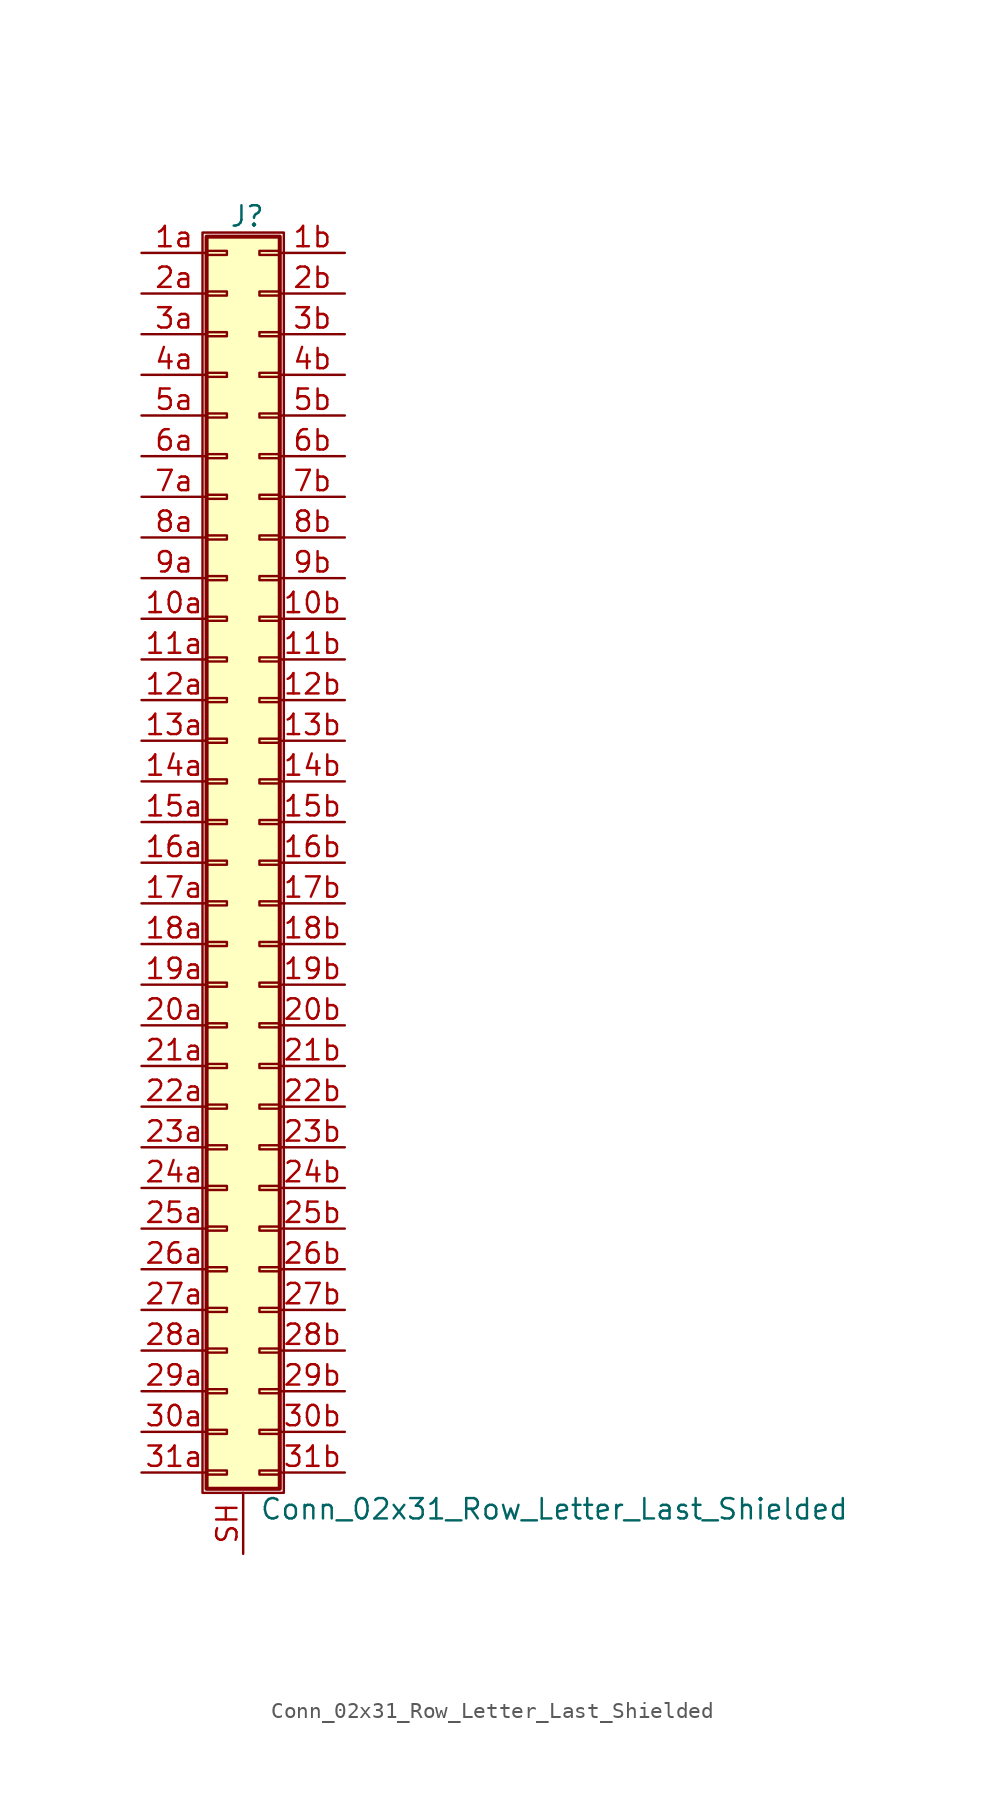
<source format=kicad_sym>
(kicad_symbol_lib
  (version 20220914)
  (generator kicad_symbol_editor)
  (symbol "Conn_02x31_Row_Letter_Last_Shielded"
    (pin_names
      (offset 1.016) hide)
    (property "Reference" "J"
      (at 1.524 40.386 0)
      (effects (font (size 1.27 1.27))))
    (property "Value" "Conn_02x31_Row_Letter_Last_Shielded"
      (at 2.286 -40.386 0)
      (effects (font (size 1.27 1.27)) (justify left)))
    (symbol "Conn_02x31_Row_Letter_Last_Shielded_1_1"
      (rectangle (start -1.27 39.37) (end 3.81 -39.37) (stroke (width 0.152) (type default)) (fill (type none)))
      (rectangle (start -1.016 -37.973) (end 0.254 -38.227) (stroke (width 0.152) (type default)) (fill (type none)))
      (rectangle (start -1.016 -35.433) (end 0.254 -35.687) (stroke (width 0.152) (type default)) (fill (type none)))
      (rectangle (start -1.016 -32.893) (end 0.254 -33.147) (stroke (width 0.152) (type default)) (fill (type none)))
      (rectangle (start -1.016 -30.353) (end 0.254 -30.607) (stroke (width 0.152) (type default)) (fill (type none)))
      (rectangle (start -1.016 -27.813) (end 0.254 -28.067) (stroke (width 0.152) (type default)) (fill (type none)))
      (rectangle (start -1.016 -25.273) (end 0.254 -25.527) (stroke (width 0.152) (type default)) (fill (type none)))
      (rectangle (start -1.016 -22.733) (end 0.254 -22.987) (stroke (width 0.152) (type default)) (fill (type none)))
      (rectangle (start -1.016 -20.193) (end 0.254 -20.447) (stroke (width 0.152) (type default)) (fill (type none)))
      (rectangle (start -1.016 -17.653) (end 0.254 -17.907) (stroke (width 0.152) (type default)) (fill (type none)))
      (rectangle (start -1.016 -15.113) (end 0.254 -15.367) (stroke (width 0.152) (type default)) (fill (type none)))
      (rectangle (start -1.016 -12.573) (end 0.254 -12.827) (stroke (width 0.152) (type default)) (fill (type none)))
      (rectangle (start -1.016 -10.033) (end 0.254 -10.287) (stroke (width 0.152) (type default)) (fill (type none)))
      (rectangle (start -1.016 -7.493) (end 0.254 -7.747) (stroke (width 0.152) (type default)) (fill (type none)))
      (rectangle (start -1.016 -4.953) (end 0.254 -5.207) (stroke (width 0.152) (type default)) (fill (type none)))
      (rectangle (start -1.016 -2.413) (end 0.254 -2.667) (stroke (width 0.152) (type default)) (fill (type none)))
      (rectangle (start -1.016 0.127) (end 0.254 -0.127) (stroke (width 0.152) (type default)) (fill (type none)))
      (rectangle (start -1.016 2.667) (end 0.254 2.413) (stroke (width 0.152) (type default)) (fill (type none)))
      (rectangle (start -1.016 5.207) (end 0.254 4.953) (stroke (width 0.152) (type default)) (fill (type none)))
      (rectangle (start -1.016 7.747) (end 0.254 7.493) (stroke (width 0.152) (type default)) (fill (type none)))
      (rectangle (start -1.016 10.287) (end 0.254 10.033) (stroke (width 0.152) (type default)) (fill (type none)))
      (rectangle (start -1.016 12.827) (end 0.254 12.573) (stroke (width 0.152) (type default)) (fill (type none)))
      (rectangle (start -1.016 15.367) (end 0.254 15.113) (stroke (width 0.152) (type default)) (fill (type none)))
      (rectangle (start -1.016 17.907) (end 0.254 17.653) (stroke (width 0.152) (type default)) (fill (type none)))
      (rectangle (start -1.016 20.447) (end 0.254 20.193) (stroke (width 0.152) (type default)) (fill (type none)))
      (rectangle (start -1.016 22.987) (end 0.254 22.733) (stroke (width 0.152) (type default)) (fill (type none)))
      (rectangle (start -1.016 25.527) (end 0.254 25.273) (stroke (width 0.152) (type default)) (fill (type none)))
      (rectangle (start -1.016 28.067) (end 0.254 27.813) (stroke (width 0.152) (type default)) (fill (type none)))
      (rectangle (start -1.016 30.607) (end 0.254 30.353) (stroke (width 0.152) (type default)) (fill (type none)))
      (rectangle (start -1.016 33.147) (end 0.254 32.893) (stroke (width 0.152) (type default)) (fill (type none)))
      (rectangle (start -1.016 35.687) (end 0.254 35.433) (stroke (width 0.152) (type default)) (fill (type none)))
      (rectangle (start -1.016 38.227) (end 0.254 37.973) (stroke (width 0.152) (type default)) (fill (type none)))
      (rectangle (start -1.016 39.116) (end 3.556 -39.116) (stroke (width 0.254) (type default)) (fill (type background)))
      (rectangle (start 3.556 -37.973) (end 2.286 -38.227) (stroke (width 0.152) (type default)) (fill (type none)))
      (rectangle (start 3.556 -35.433) (end 2.286 -35.687) (stroke (width 0.152) (type default)) (fill (type none)))
      (rectangle (start 3.556 -32.893) (end 2.286 -33.147) (stroke (width 0.152) (type default)) (fill (type none)))
      (rectangle (start 3.556 -30.353) (end 2.286 -30.607) (stroke (width 0.152) (type default)) (fill (type none)))
      (rectangle (start 3.556 -27.813) (end 2.286 -28.067) (stroke (width 0.152) (type default)) (fill (type none)))
      (rectangle (start 3.556 -25.273) (end 2.286 -25.527) (stroke (width 0.152) (type default)) (fill (type none)))
      (rectangle (start 3.556 -22.733) (end 2.286 -22.987) (stroke (width 0.152) (type default)) (fill (type none)))
      (rectangle (start 3.556 -20.193) (end 2.286 -20.447) (stroke (width 0.152) (type default)) (fill (type none)))
      (rectangle (start 3.556 -17.653) (end 2.286 -17.907) (stroke (width 0.152) (type default)) (fill (type none)))
      (rectangle (start 3.556 -15.113) (end 2.286 -15.367) (stroke (width 0.152) (type default)) (fill (type none)))
      (rectangle (start 3.556 -12.573) (end 2.286 -12.827) (stroke (width 0.152) (type default)) (fill (type none)))
      (rectangle (start 3.556 -10.033) (end 2.286 -10.287) (stroke (width 0.152) (type default)) (fill (type none)))
      (rectangle (start 3.556 -7.493) (end 2.286 -7.747) (stroke (width 0.152) (type default)) (fill (type none)))
      (rectangle (start 3.556 -4.953) (end 2.286 -5.207) (stroke (width 0.152) (type default)) (fill (type none)))
      (rectangle (start 3.556 -2.413) (end 2.286 -2.667) (stroke (width 0.152) (type default)) (fill (type none)))
      (rectangle (start 3.556 0.127) (end 2.286 -0.127) (stroke (width 0.152) (type default)) (fill (type none)))
      (rectangle (start 3.556 2.667) (end 2.286 2.413) (stroke (width 0.152) (type default)) (fill (type none)))
      (rectangle (start 3.556 5.207) (end 2.286 4.953) (stroke (width 0.152) (type default)) (fill (type none)))
      (rectangle (start 3.556 7.747) (end 2.286 7.493) (stroke (width 0.152) (type default)) (fill (type none)))
      (rectangle (start 3.556 10.287) (end 2.286 10.033) (stroke (width 0.152) (type default)) (fill (type none)))
      (rectangle (start 3.556 12.827) (end 2.286 12.573) (stroke (width 0.152) (type default)) (fill (type none)))
      (rectangle (start 3.556 15.367) (end 2.286 15.113) (stroke (width 0.152) (type default)) (fill (type none)))
      (rectangle (start 3.556 17.907) (end 2.286 17.653) (stroke (width 0.152) (type default)) (fill (type none)))
      (rectangle (start 3.556 20.447) (end 2.286 20.193) (stroke (width 0.152) (type default)) (fill (type none)))
      (rectangle (start 3.556 22.987) (end 2.286 22.733) (stroke (width 0.152) (type default)) (fill (type none)))
      (rectangle (start 3.556 25.527) (end 2.286 25.273) (stroke (width 0.152) (type default)) (fill (type none)))
      (rectangle (start 3.556 28.067) (end 2.286 27.813) (stroke (width 0.152) (type default)) (fill (type none)))
      (rectangle (start 3.556 30.607) (end 2.286 30.353) (stroke (width 0.152) (type default)) (fill (type none)))
      (rectangle (start 3.556 33.147) (end 2.286 32.893) (stroke (width 0.152) (type default)) (fill (type none)))
      (rectangle (start 3.556 35.687) (end 2.286 35.433) (stroke (width 0.152) (type default)) (fill (type none)))
      (rectangle (start 3.556 38.227) (end 2.286 37.973) (stroke (width 0.152) (type default)) (fill (type none)))
      (pin passive line (at -5.08 15.24 0) (length 4.064) (name "Pin_10a" (effects (font (size 1.27 1.27)))) (number "10a" (effects (font (size 1.27 1.27)))))
      (pin passive line (at 7.62 15.24 180) (length 4.064) (name "Pin_10b" (effects (font (size 1.27 1.27)))) (number "10b" (effects (font (size 1.27 1.27)))))
      (pin passive line (at -5.08 12.7 0) (length 4.064) (name "Pin_11a" (effects (font (size 1.27 1.27)))) (number "11a" (effects (font (size 1.27 1.27)))))
      (pin passive line (at 7.62 12.7 180) (length 4.064) (name "Pin_11b" (effects (font (size 1.27 1.27)))) (number "11b" (effects (font (size 1.27 1.27)))))
      (pin passive line (at -5.08 10.16 0) (length 4.064) (name "Pin_12a" (effects (font (size 1.27 1.27)))) (number "12a" (effects (font (size 1.27 1.27)))))
      (pin passive line (at 7.62 10.16 180) (length 4.064) (name "Pin_12b" (effects (font (size 1.27 1.27)))) (number "12b" (effects (font (size 1.27 1.27)))))
      (pin passive line (at -5.08 7.62 0) (length 4.064) (name "Pin_13a" (effects (font (size 1.27 1.27)))) (number "13a" (effects (font (size 1.27 1.27)))))
      (pin passive line (at 7.62 7.62 180) (length 4.064) (name "Pin_13b" (effects (font (size 1.27 1.27)))) (number "13b" (effects (font (size 1.27 1.27)))))
      (pin passive line (at -5.08 5.08 0) (length 4.064) (name "Pin_14a" (effects (font (size 1.27 1.27)))) (number "14a" (effects (font (size 1.27 1.27)))))
      (pin passive line (at 7.62 5.08 180) (length 4.064) (name "Pin_14b" (effects (font (size 1.27 1.27)))) (number "14b" (effects (font (size 1.27 1.27)))))
      (pin passive line (at -5.08 2.54 0) (length 4.064) (name "Pin_15a" (effects (font (size 1.27 1.27)))) (number "15a" (effects (font (size 1.27 1.27)))))
      (pin passive line (at 7.62 2.54 180) (length 4.064) (name "Pin_15b" (effects (font (size 1.27 1.27)))) (number "15b" (effects (font (size 1.27 1.27)))))
      (pin passive line (at -5.08 0 0) (length 4.064) (name "Pin_16a" (effects (font (size 1.27 1.27)))) (number "16a" (effects (font (size 1.27 1.27)))))
      (pin passive line (at 7.62 0 180) (length 4.064) (name "Pin_16b" (effects (font (size 1.27 1.27)))) (number "16b" (effects (font (size 1.27 1.27)))))
      (pin passive line (at -5.08 -2.54 0) (length 4.064) (name "Pin_17a" (effects (font (size 1.27 1.27)))) (number "17a" (effects (font (size 1.27 1.27)))))
      (pin passive line (at 7.62 -2.54 180) (length 4.064) (name "Pin_17b" (effects (font (size 1.27 1.27)))) (number "17b" (effects (font (size 1.27 1.27)))))
      (pin passive line (at -5.08 -5.08 0) (length 4.064) (name "Pin_18a" (effects (font (size 1.27 1.27)))) (number "18a" (effects (font (size 1.27 1.27)))))
      (pin passive line (at 7.62 -5.08 180) (length 4.064) (name "Pin_18b" (effects (font (size 1.27 1.27)))) (number "18b" (effects (font (size 1.27 1.27)))))
      (pin passive line (at -5.08 -7.62 0) (length 4.064) (name "Pin_19a" (effects (font (size 1.27 1.27)))) (number "19a" (effects (font (size 1.27 1.27)))))
      (pin passive line (at 7.62 -7.62 180) (length 4.064) (name "Pin_19b" (effects (font (size 1.27 1.27)))) (number "19b" (effects (font (size 1.27 1.27)))))
      (pin passive line (at -5.08 38.1 0) (length 4.064) (name "Pin_1a" (effects (font (size 1.27 1.27)))) (number "1a" (effects (font (size 1.27 1.27)))))
      (pin passive line (at 7.62 38.1 180) (length 4.064) (name "Pin_1b" (effects (font (size 1.27 1.27)))) (number "1b" (effects (font (size 1.27 1.27)))))
      (pin passive line (at -5.08 -10.16 0) (length 4.064) (name "Pin_20a" (effects (font (size 1.27 1.27)))) (number "20a" (effects (font (size 1.27 1.27)))))
      (pin passive line (at 7.62 -10.16 180) (length 4.064) (name "Pin_20b" (effects (font (size 1.27 1.27)))) (number "20b" (effects (font (size 1.27 1.27)))))
      (pin passive line (at -5.08 -12.7 0) (length 4.064) (name "Pin_21a" (effects (font (size 1.27 1.27)))) (number "21a" (effects (font (size 1.27 1.27)))))
      (pin passive line (at 7.62 -12.7 180) (length 4.064) (name "Pin_21b" (effects (font (size 1.27 1.27)))) (number "21b" (effects (font (size 1.27 1.27)))))
      (pin passive line (at -5.08 -15.24 0) (length 4.064) (name "Pin_22a" (effects (font (size 1.27 1.27)))) (number "22a" (effects (font (size 1.27 1.27)))))
      (pin passive line (at 7.62 -15.24 180) (length 4.064) (name "Pin_22b" (effects (font (size 1.27 1.27)))) (number "22b" (effects (font (size 1.27 1.27)))))
      (pin passive line (at -5.08 -17.78 0) (length 4.064) (name "Pin_23a" (effects (font (size 1.27 1.27)))) (number "23a" (effects (font (size 1.27 1.27)))))
      (pin passive line (at 7.62 -17.78 180) (length 4.064) (name "Pin_23b" (effects (font (size 1.27 1.27)))) (number "23b" (effects (font (size 1.27 1.27)))))
      (pin passive line (at -5.08 -20.32 0) (length 4.064) (name "Pin_24a" (effects (font (size 1.27 1.27)))) (number "24a" (effects (font (size 1.27 1.27)))))
      (pin passive line (at 7.62 -20.32 180) (length 4.064) (name "Pin_24b" (effects (font (size 1.27 1.27)))) (number "24b" (effects (font (size 1.27 1.27)))))
      (pin passive line (at -5.08 -22.86 0) (length 4.064) (name "Pin_25a" (effects (font (size 1.27 1.27)))) (number "25a" (effects (font (size 1.27 1.27)))))
      (pin passive line (at 7.62 -22.86 180) (length 4.064) (name "Pin_25b" (effects (font (size 1.27 1.27)))) (number "25b" (effects (font (size 1.27 1.27)))))
      (pin passive line (at -5.08 -25.4 0) (length 4.064) (name "Pin_26a" (effects (font (size 1.27 1.27)))) (number "26a" (effects (font (size 1.27 1.27)))))
      (pin passive line (at 7.62 -25.4 180) (length 4.064) (name "Pin_26b" (effects (font (size 1.27 1.27)))) (number "26b" (effects (font (size 1.27 1.27)))))
      (pin passive line (at -5.08 -27.94 0) (length 4.064) (name "Pin_27a" (effects (font (size 1.27 1.27)))) (number "27a" (effects (font (size 1.27 1.27)))))
      (pin passive line (at 7.62 -27.94 180) (length 4.064) (name "Pin_27b" (effects (font (size 1.27 1.27)))) (number "27b" (effects (font (size 1.27 1.27)))))
      (pin passive line (at -5.08 -30.48 0) (length 4.064) (name "Pin_28a" (effects (font (size 1.27 1.27)))) (number "28a" (effects (font (size 1.27 1.27)))))
      (pin passive line (at 7.62 -30.48 180) (length 4.064) (name "Pin_28b" (effects (font (size 1.27 1.27)))) (number "28b" (effects (font (size 1.27 1.27)))))
      (pin passive line (at -5.08 -33.02 0) (length 4.064) (name "Pin_29a" (effects (font (size 1.27 1.27)))) (number "29a" (effects (font (size 1.27 1.27)))))
      (pin passive line (at 7.62 -33.02 180) (length 4.064) (name "Pin_29b" (effects (font (size 1.27 1.27)))) (number "29b" (effects (font (size 1.27 1.27)))))
      (pin passive line (at -5.08 35.56 0) (length 4.064) (name "Pin_2a" (effects (font (size 1.27 1.27)))) (number "2a" (effects (font (size 1.27 1.27)))))
      (pin passive line (at 7.62 35.56 180) (length 4.064) (name "Pin_2b" (effects (font (size 1.27 1.27)))) (number "2b" (effects (font (size 1.27 1.27)))))
      (pin passive line (at -5.08 -35.56 0) (length 4.064) (name "Pin_30a" (effects (font (size 1.27 1.27)))) (number "30a" (effects (font (size 1.27 1.27)))))
      (pin passive line (at 7.62 -35.56 180) (length 4.064) (name "Pin_30b" (effects (font (size 1.27 1.27)))) (number "30b" (effects (font (size 1.27 1.27)))))
      (pin passive line (at -5.08 -38.1 0) (length 4.064) (name "Pin_31a" (effects (font (size 1.27 1.27)))) (number "31a" (effects (font (size 1.27 1.27)))))
      (pin passive line (at 7.62 -38.1 180) (length 4.064) (name "Pin_31b" (effects (font (size 1.27 1.27)))) (number "31b" (effects (font (size 1.27 1.27)))))
      (pin passive line (at -5.08 33.02 0) (length 4.064) (name "Pin_3a" (effects (font (size 1.27 1.27)))) (number "3a" (effects (font (size 1.27 1.27)))))
      (pin passive line (at 7.62 33.02 180) (length 4.064) (name "Pin_3b" (effects (font (size 1.27 1.27)))) (number "3b" (effects (font (size 1.27 1.27)))))
      (pin passive line (at -5.08 30.48 0) (length 4.064) (name "Pin_4a" (effects (font (size 1.27 1.27)))) (number "4a" (effects (font (size 1.27 1.27)))))
      (pin passive line (at 7.62 30.48 180) (length 4.064) (name "Pin_4b" (effects (font (size 1.27 1.27)))) (number "4b" (effects (font (size 1.27 1.27)))))
      (pin passive line (at -5.08 27.94 0) (length 4.064) (name "Pin_5a" (effects (font (size 1.27 1.27)))) (number "5a" (effects (font (size 1.27 1.27)))))
      (pin passive line (at 7.62 27.94 180) (length 4.064) (name "Pin_5b" (effects (font (size 1.27 1.27)))) (number "5b" (effects (font (size 1.27 1.27)))))
      (pin passive line (at -5.08 25.4 0) (length 4.064) (name "Pin_6a" (effects (font (size 1.27 1.27)))) (number "6a" (effects (font (size 1.27 1.27)))))
      (pin passive line (at 7.62 25.4 180) (length 4.064) (name "Pin_6b" (effects (font (size 1.27 1.27)))) (number "6b" (effects (font (size 1.27 1.27)))))
      (pin passive line (at -5.08 22.86 0) (length 4.064) (name "Pin_7a" (effects (font (size 1.27 1.27)))) (number "7a" (effects (font (size 1.27 1.27)))))
      (pin passive line (at 7.62 22.86 180) (length 4.064) (name "Pin_7b" (effects (font (size 1.27 1.27)))) (number "7b" (effects (font (size 1.27 1.27)))))
      (pin passive line (at -5.08 20.32 0) (length 4.064) (name "Pin_8a" (effects (font (size 1.27 1.27)))) (number "8a" (effects (font (size 1.27 1.27)))))
      (pin passive line (at 7.62 20.32 180) (length 4.064) (name "Pin_8b" (effects (font (size 1.27 1.27)))) (number "8b" (effects (font (size 1.27 1.27)))))
      (pin passive line (at -5.08 17.78 0) (length 4.064) (name "Pin_9a" (effects (font (size 1.27 1.27)))) (number "9a" (effects (font (size 1.27 1.27)))))
      (pin passive line (at 7.62 17.78 180) (length 4.064) (name "Pin_9b" (effects (font (size 1.27 1.27)))) (number "9b" (effects (font (size 1.27 1.27)))))
      (pin passive line (at 1.27 -43.18 90) (length 3.81) (name "Shield" (effects (font (size 1.27 1.27)))) (number "SH" (effects (font (size 1.27 1.27))))))))
</source>
